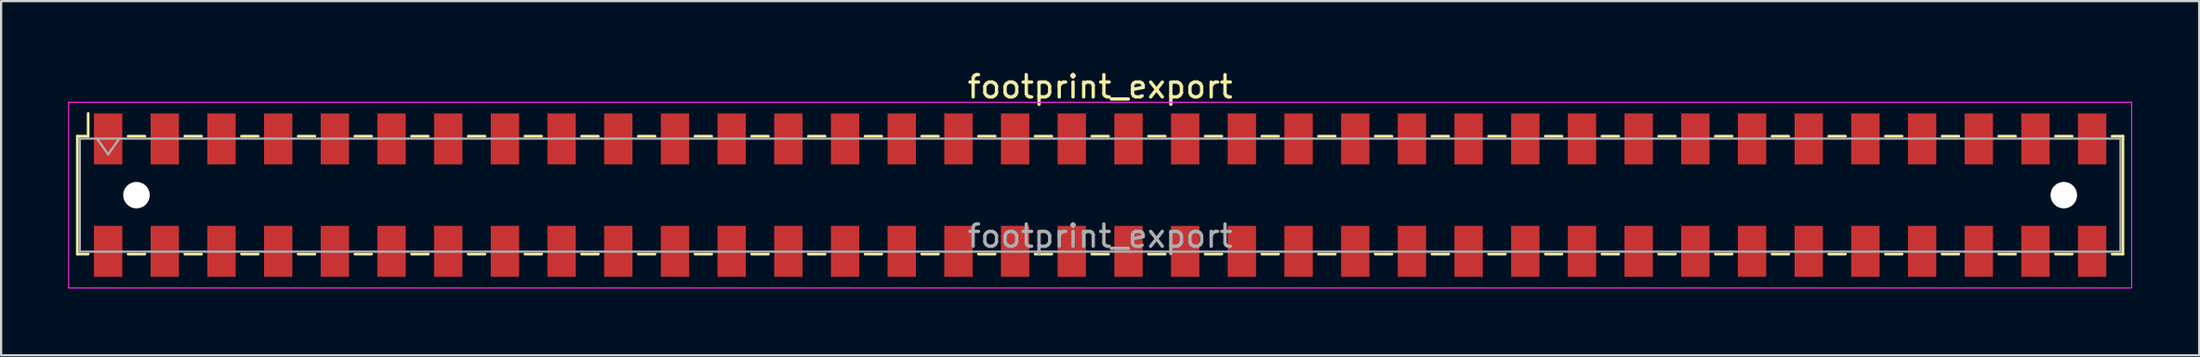
<source format=kicad_pcb>
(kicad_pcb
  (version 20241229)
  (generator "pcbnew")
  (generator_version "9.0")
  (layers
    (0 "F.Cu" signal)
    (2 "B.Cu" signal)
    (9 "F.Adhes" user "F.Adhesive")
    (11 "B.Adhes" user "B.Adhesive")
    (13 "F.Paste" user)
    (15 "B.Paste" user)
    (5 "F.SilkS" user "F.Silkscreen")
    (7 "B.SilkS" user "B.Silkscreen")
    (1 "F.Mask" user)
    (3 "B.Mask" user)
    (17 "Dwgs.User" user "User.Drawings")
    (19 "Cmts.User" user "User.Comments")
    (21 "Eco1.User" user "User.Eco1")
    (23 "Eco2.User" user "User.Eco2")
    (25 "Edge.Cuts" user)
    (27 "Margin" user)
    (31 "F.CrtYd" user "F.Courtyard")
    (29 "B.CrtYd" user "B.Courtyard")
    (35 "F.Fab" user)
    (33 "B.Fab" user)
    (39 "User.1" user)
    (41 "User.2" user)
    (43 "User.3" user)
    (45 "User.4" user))
  (footprint "footprint_export"
    (layer "F.Cu")
    (at 46.245 5.718)
    (property "Reference" "footprint_export" (at 0 -4.87 0) (layer "F.SilkS") (effects (font (size 1 1) (thickness 0.15))))
    (attr smd)
    (fp_line (start -45.83 -2.65) (end -45.83 2.65) (stroke (width 0.12) (type solid)) (layer "F.SilkS"))
    (fp_line (start -45.83 2.65) (end -45.345 2.65) (stroke (width 0.12) (type solid)) (layer "F.SilkS"))
    (fp_line (start -45.345 -3.67) (end -45.345 -2.65) (stroke (width 0.12) (type solid)) (layer "F.SilkS"))
    (fp_line (start -45.345 -2.65) (end -45.83 -2.65) (stroke (width 0.12) (type solid)) (layer "F.SilkS"))
    (fp_line (start -43.555 -2.65) (end -42.805 -2.65) (stroke (width 0.12) (type solid)) (layer "F.SilkS"))
    (fp_line (start -43.555 2.65) (end -42.805 2.65) (stroke (width 0.12) (type solid)) (layer "F.SilkS"))
    (fp_line (start -41.015 -2.65) (end -40.265 -2.65) (stroke (width 0.12) (type solid)) (layer "F.SilkS"))
    (fp_line (start -41.015 2.65) (end -40.265 2.65) (stroke (width 0.12) (type solid)) (layer "F.SilkS"))
    (fp_line (start -38.475 -2.65) (end -37.725 -2.65) (stroke (width 0.12) (type solid)) (layer "F.SilkS"))
    (fp_line (start -38.475 2.65) (end -37.725 2.65) (stroke (width 0.12) (type solid)) (layer "F.SilkS"))
    (fp_line (start -35.935 -2.65) (end -35.185 -2.65) (stroke (width 0.12) (type solid)) (layer "F.SilkS"))
    (fp_line (start -35.935 2.65) (end -35.185 2.65) (stroke (width 0.12) (type solid)) (layer "F.SilkS"))
    (fp_line (start -33.395 -2.65) (end -32.645 -2.65) (stroke (width 0.12) (type solid)) (layer "F.SilkS"))
    (fp_line (start -33.395 2.65) (end -32.645 2.65) (stroke (width 0.12) (type solid)) (layer "F.SilkS"))
    (fp_line (start -30.855 -2.65) (end -30.105 -2.65) (stroke (width 0.12) (type solid)) (layer "F.SilkS"))
    (fp_line (start -30.855 2.65) (end -30.105 2.65) (stroke (width 0.12) (type solid)) (layer "F.SilkS"))
    (fp_line (start -28.315 -2.65) (end -27.565 -2.65) (stroke (width 0.12) (type solid)) (layer "F.SilkS"))
    (fp_line (start -28.315 2.65) (end -27.565 2.65) (stroke (width 0.12) (type solid)) (layer "F.SilkS"))
    (fp_line (start -25.775 -2.65) (end -25.025 -2.65) (stroke (width 0.12) (type solid)) (layer "F.SilkS"))
    (fp_line (start -25.775 2.65) (end -25.025 2.65) (stroke (width 0.12) (type solid)) (layer "F.SilkS"))
    (fp_line (start -23.235 -2.65) (end -22.485 -2.65) (stroke (width 0.12) (type solid)) (layer "F.SilkS"))
    (fp_line (start -23.235 2.65) (end -22.485 2.65) (stroke (width 0.12) (type solid)) (layer "F.SilkS"))
    (fp_line (start -20.695 -2.65) (end -19.945 -2.65) (stroke (width 0.12) (type solid)) (layer "F.SilkS"))
    (fp_line (start -20.695 2.65) (end -19.945 2.65) (stroke (width 0.12) (type solid)) (layer "F.SilkS"))
    (fp_line (start -18.155 -2.65) (end -17.405 -2.65) (stroke (width 0.12) (type solid)) (layer "F.SilkS"))
    (fp_line (start -18.155 2.65) (end -17.405 2.65) (stroke (width 0.12) (type solid)) (layer "F.SilkS"))
    (fp_line (start -15.615 -2.65) (end -14.865 -2.65) (stroke (width 0.12) (type solid)) (layer "F.SilkS"))
    (fp_line (start -15.615 2.65) (end -14.865 2.65) (stroke (width 0.12) (type solid)) (layer "F.SilkS"))
    (fp_line (start -13.075 -2.65) (end -12.325 -2.65) (stroke (width 0.12) (type solid)) (layer "F.SilkS"))
    (fp_line (start -13.075 2.65) (end -12.325 2.65) (stroke (width 0.12) (type solid)) (layer "F.SilkS"))
    (fp_line (start -10.535 -2.65) (end -9.785 -2.65) (stroke (width 0.12) (type solid)) (layer "F.SilkS"))
    (fp_line (start -10.535 2.65) (end -9.785 2.65) (stroke (width 0.12) (type solid)) (layer "F.SilkS"))
    (fp_line (start -7.995 -2.65) (end -7.245 -2.65) (stroke (width 0.12) (type solid)) (layer "F.SilkS"))
    (fp_line (start -7.995 2.65) (end -7.245 2.65) (stroke (width 0.12) (type solid)) (layer "F.SilkS"))
    (fp_line (start -5.455 -2.65) (end -4.705 -2.65) (stroke (width 0.12) (type solid)) (layer "F.SilkS"))
    (fp_line (start -5.455 2.65) (end -4.705 2.65) (stroke (width 0.12) (type solid)) (layer "F.SilkS"))
    (fp_line (start -2.915 -2.65) (end -2.165 -2.65) (stroke (width 0.12) (type solid)) (layer "F.SilkS"))
    (fp_line (start -2.915 2.65) (end -2.165 2.65) (stroke (width 0.12) (type solid)) (layer "F.SilkS"))
    (fp_line (start -0.375 -2.65) (end 0.375 -2.65) (stroke (width 0.12) (type solid)) (layer "F.SilkS"))
    (fp_line (start -0.375 2.65) (end 0.375 2.65) (stroke (width 0.12) (type solid)) (layer "F.SilkS"))
    (fp_line (start 2.165 -2.65) (end 2.915 -2.65) (stroke (width 0.12) (type solid)) (layer "F.SilkS"))
    (fp_line (start 2.165 2.65) (end 2.915 2.65) (stroke (width 0.12) (type solid)) (layer "F.SilkS"))
    (fp_line (start 4.705 -2.65) (end 5.455 -2.65) (stroke (width 0.12) (type solid)) (layer "F.SilkS"))
    (fp_line (start 4.705 2.65) (end 5.455 2.65) (stroke (width 0.12) (type solid)) (layer "F.SilkS"))
    (fp_line (start 7.245 -2.65) (end 7.995 -2.65) (stroke (width 0.12) (type solid)) (layer "F.SilkS"))
    (fp_line (start 7.245 2.65) (end 7.995 2.65) (stroke (width 0.12) (type solid)) (layer "F.SilkS"))
    (fp_line (start 9.785 -2.65) (end 10.535 -2.65) (stroke (width 0.12) (type solid)) (layer "F.SilkS"))
    (fp_line (start 9.785 2.65) (end 10.535 2.65) (stroke (width 0.12) (type solid)) (layer "F.SilkS"))
    (fp_line (start 12.325 -2.65) (end 13.075 -2.65) (stroke (width 0.12) (type solid)) (layer "F.SilkS"))
    (fp_line (start 12.325 2.65) (end 13.075 2.65) (stroke (width 0.12) (type solid)) (layer "F.SilkS"))
    (fp_line (start 14.865 -2.65) (end 15.615 -2.65) (stroke (width 0.12) (type solid)) (layer "F.SilkS"))
    (fp_line (start 14.865 2.65) (end 15.615 2.65) (stroke (width 0.12) (type solid)) (layer "F.SilkS"))
    (fp_line (start 17.405 -2.65) (end 18.155 -2.65) (stroke (width 0.12) (type solid)) (layer "F.SilkS"))
    (fp_line (start 17.405 2.65) (end 18.155 2.65) (stroke (width 0.12) (type solid)) (layer "F.SilkS"))
    (fp_line (start 19.945 -2.65) (end 20.695 -2.65) (stroke (width 0.12) (type solid)) (layer "F.SilkS"))
    (fp_line (start 19.945 2.65) (end 20.695 2.65) (stroke (width 0.12) (type solid)) (layer "F.SilkS"))
    (fp_line (start 22.485 -2.65) (end 23.235 -2.65) (stroke (width 0.12) (type solid)) (layer "F.SilkS"))
    (fp_line (start 22.485 2.65) (end 23.235 2.65) (stroke (width 0.12) (type solid)) (layer "F.SilkS"))
    (fp_line (start 25.025 -2.65) (end 25.775 -2.65) (stroke (width 0.12) (type solid)) (layer "F.SilkS"))
    (fp_line (start 25.025 2.65) (end 25.775 2.65) (stroke (width 0.12) (type solid)) (layer "F.SilkS"))
    (fp_line (start 27.565 -2.65) (end 28.315 -2.65) (stroke (width 0.12) (type solid)) (layer "F.SilkS"))
    (fp_line (start 27.565 2.65) (end 28.315 2.65) (stroke (width 0.12) (type solid)) (layer "F.SilkS"))
    (fp_line (start 30.105 -2.65) (end 30.855 -2.65) (stroke (width 0.12) (type solid)) (layer "F.SilkS"))
    (fp_line (start 30.105 2.65) (end 30.855 2.65) (stroke (width 0.12) (type solid)) (layer "F.SilkS"))
    (fp_line (start 32.645 -2.65) (end 33.395 -2.65) (stroke (width 0.12) (type solid)) (layer "F.SilkS"))
    (fp_line (start 32.645 2.65) (end 33.395 2.65) (stroke (width 0.12) (type solid)) (layer "F.SilkS"))
    (fp_line (start 35.185 -2.65) (end 35.935 -2.65) (stroke (width 0.12) (type solid)) (layer "F.SilkS"))
    (fp_line (start 35.185 2.65) (end 35.935 2.65) (stroke (width 0.12) (type solid)) (layer "F.SilkS"))
    (fp_line (start 37.725 -2.65) (end 38.475 -2.65) (stroke (width 0.12) (type solid)) (layer "F.SilkS"))
    (fp_line (start 37.725 2.65) (end 38.475 2.65) (stroke (width 0.12) (type solid)) (layer "F.SilkS"))
    (fp_line (start 40.265 -2.65) (end 41.015 -2.65) (stroke (width 0.12) (type solid)) (layer "F.SilkS"))
    (fp_line (start 40.265 2.65) (end 41.015 2.65) (stroke (width 0.12) (type solid)) (layer "F.SilkS"))
    (fp_line (start 42.805 -2.65) (end 43.555 -2.65) (stroke (width 0.12) (type solid)) (layer "F.SilkS"))
    (fp_line (start 42.805 2.65) (end 43.555 2.65) (stroke (width 0.12) (type solid)) (layer "F.SilkS"))
    (fp_line (start 45.345 -2.65) (end 45.83 -2.65) (stroke (width 0.12) (type solid)) (layer "F.SilkS"))
    (fp_line (start 45.83 -2.65) (end 45.83 2.65) (stroke (width 0.12) (type solid)) (layer "F.SilkS"))
    (fp_line (start 45.83 2.65) (end 45.345 2.65) (stroke (width 0.12) (type solid)) (layer "F.SilkS"))
    (fp_line (start -46.22 -4.17) (end 46.22 -4.17) (stroke (width 0.05) (type solid)) (layer "F.CrtYd"))
    (fp_line (start -46.22 4.17) (end -46.22 -4.17) (stroke (width 0.05) (type solid)) (layer "F.CrtYd"))
    (fp_line (start 46.22 -4.17) (end 46.22 4.17) (stroke (width 0.05) (type solid)) (layer "F.CrtYd"))
    (fp_line (start 46.22 4.17) (end -46.22 4.17) (stroke (width 0.05) (type solid)) (layer "F.CrtYd"))
    (fp_line (start -45.72 -2.54) (end 45.72 -2.54) (stroke (width 0.1) (type solid)) (layer "F.Fab"))
    (fp_line (start -45.72 2.54) (end -45.72 -2.54) (stroke (width 0.1) (type solid)) (layer "F.Fab"))
    (fp_line (start -44.95 -2.54) (end -44.45 -1.833) (stroke (width 0.1) (type solid)) (layer "F.Fab"))
    (fp_line (start -44.45 -1.833) (end -43.95 -2.54) (stroke (width 0.1) (type solid)) (layer "F.Fab"))
    (fp_line (start 45.72 -2.54) (end 45.72 2.54) (stroke (width 0.1) (type solid)) (layer "F.Fab"))
    (fp_line (start 45.72 2.54) (end -45.72 2.54) (stroke (width 0.1) (type solid)) (layer "F.Fab"))
    (fp_text user "${REFERENCE}" (at 0 1.84 0) (layer "F.Fab") (effects (font (size 1 1) (thickness 0.15))))
    (pad "" np_thru_hole circle (at -43.18 0) (size 1.19 1.19) (drill 1.19) (layers "*.Cu" "*.Mask"))
    (pad "" np_thru_hole circle (at 43.18 0) (size 1.19 1.19) (drill 1.19) (layers "*.Cu" "*.Mask"))
    (pad "1" smd rect (at -44.45 -2.525) (size 1.27 2.29) (layers "F.Cu" "F.Mask" "F.Paste"))
    (pad "2" smd rect (at -44.45 2.525) (size 1.27 2.29) (layers "F.Cu" "F.Mask" "F.Paste"))
    (pad "3" smd rect (at -41.91 -2.525) (size 1.27 2.29) (layers "F.Cu" "F.Mask" "F.Paste"))
    (pad "4" smd rect (at -41.91 2.525) (size 1.27 2.29) (layers "F.Cu" "F.Mask" "F.Paste"))
    (pad "5" smd rect (at -39.37 -2.525) (size 1.27 2.29) (layers "F.Cu" "F.Mask" "F.Paste"))
    (pad "6" smd rect (at -39.37 2.525) (size 1.27 2.29) (layers "F.Cu" "F.Mask" "F.Paste"))
    (pad "7" smd rect (at -36.83 -2.525) (size 1.27 2.29) (layers "F.Cu" "F.Mask" "F.Paste"))
    (pad "8" smd rect (at -36.83 2.525) (size 1.27 2.29) (layers "F.Cu" "F.Mask" "F.Paste"))
    (pad "9" smd rect (at -34.29 -2.525) (size 1.27 2.29) (layers "F.Cu" "F.Mask" "F.Paste"))
    (pad "10" smd rect (at -34.29 2.525) (size 1.27 2.29) (layers "F.Cu" "F.Mask" "F.Paste"))
    (pad "11" smd rect (at -31.75 -2.525) (size 1.27 2.29) (layers "F.Cu" "F.Mask" "F.Paste"))
    (pad "12" smd rect (at -31.75 2.525) (size 1.27 2.29) (layers "F.Cu" "F.Mask" "F.Paste"))
    (pad "13" smd rect (at -29.21 -2.525) (size 1.27 2.29) (layers "F.Cu" "F.Mask" "F.Paste"))
    (pad "14" smd rect (at -29.21 2.525) (size 1.27 2.29) (layers "F.Cu" "F.Mask" "F.Paste"))
    (pad "15" smd rect (at -26.67 -2.525) (size 1.27 2.29) (layers "F.Cu" "F.Mask" "F.Paste"))
    (pad "16" smd rect (at -26.67 2.525) (size 1.27 2.29) (layers "F.Cu" "F.Mask" "F.Paste"))
    (pad "17" smd rect (at -24.13 -2.525) (size 1.27 2.29) (layers "F.Cu" "F.Mask" "F.Paste"))
    (pad "18" smd rect (at -24.13 2.525) (size 1.27 2.29) (layers "F.Cu" "F.Mask" "F.Paste"))
    (pad "19" smd rect (at -21.59 -2.525) (size 1.27 2.29) (layers "F.Cu" "F.Mask" "F.Paste"))
    (pad "20" smd rect (at -21.59 2.525) (size 1.27 2.29) (layers "F.Cu" "F.Mask" "F.Paste"))
    (pad "21" smd rect (at -19.05 -2.525) (size 1.27 2.29) (layers "F.Cu" "F.Mask" "F.Paste"))
    (pad "22" smd rect (at -19.05 2.525) (size 1.27 2.29) (layers "F.Cu" "F.Mask" "F.Paste"))
    (pad "23" smd rect (at -16.51 -2.525) (size 1.27 2.29) (layers "F.Cu" "F.Mask" "F.Paste"))
    (pad "24" smd rect (at -16.51 2.525) (size 1.27 2.29) (layers "F.Cu" "F.Mask" "F.Paste"))
    (pad "25" smd rect (at -13.97 -2.525) (size 1.27 2.29) (layers "F.Cu" "F.Mask" "F.Paste"))
    (pad "26" smd rect (at -13.97 2.525) (size 1.27 2.29) (layers "F.Cu" "F.Mask" "F.Paste"))
    (pad "27" smd rect (at -11.43 -2.525) (size 1.27 2.29) (layers "F.Cu" "F.Mask" "F.Paste"))
    (pad "28" smd rect (at -11.43 2.525) (size 1.27 2.29) (layers "F.Cu" "F.Mask" "F.Paste"))
    (pad "29" smd rect (at -8.89 -2.525) (size 1.27 2.29) (layers "F.Cu" "F.Mask" "F.Paste"))
    (pad "30" smd rect (at -8.89 2.525) (size 1.27 2.29) (layers "F.Cu" "F.Mask" "F.Paste"))
    (pad "31" smd rect (at -6.35 -2.525) (size 1.27 2.29) (layers "F.Cu" "F.Mask" "F.Paste"))
    (pad "32" smd rect (at -6.35 2.525) (size 1.27 2.29) (layers "F.Cu" "F.Mask" "F.Paste"))
    (pad "33" smd rect (at -3.81 -2.525) (size 1.27 2.29) (layers "F.Cu" "F.Mask" "F.Paste"))
    (pad "34" smd rect (at -3.81 2.525) (size 1.27 2.29) (layers "F.Cu" "F.Mask" "F.Paste"))
    (pad "35" smd rect (at -1.27 -2.525) (size 1.27 2.29) (layers "F.Cu" "F.Mask" "F.Paste"))
    (pad "36" smd rect (at -1.27 2.525) (size 1.27 2.29) (layers "F.Cu" "F.Mask" "F.Paste"))
    (pad "37" smd rect (at 1.27 -2.525) (size 1.27 2.29) (layers "F.Cu" "F.Mask" "F.Paste"))
    (pad "38" smd rect (at 1.27 2.525) (size 1.27 2.29) (layers "F.Cu" "F.Mask" "F.Paste"))
    (pad "39" smd rect (at 3.81 -2.525) (size 1.27 2.29) (layers "F.Cu" "F.Mask" "F.Paste"))
    (pad "40" smd rect (at 3.81 2.525) (size 1.27 2.29) (layers "F.Cu" "F.Mask" "F.Paste"))
    (pad "41" smd rect (at 6.35 -2.525) (size 1.27 2.29) (layers "F.Cu" "F.Mask" "F.Paste"))
    (pad "42" smd rect (at 6.35 2.525) (size 1.27 2.29) (layers "F.Cu" "F.Mask" "F.Paste"))
    (pad "43" smd rect (at 8.89 -2.525) (size 1.27 2.29) (layers "F.Cu" "F.Mask" "F.Paste"))
    (pad "44" smd rect (at 8.89 2.525) (size 1.27 2.29) (layers "F.Cu" "F.Mask" "F.Paste"))
    (pad "45" smd rect (at 11.43 -2.525) (size 1.27 2.29) (layers "F.Cu" "F.Mask" "F.Paste"))
    (pad "46" smd rect (at 11.43 2.525) (size 1.27 2.29) (layers "F.Cu" "F.Mask" "F.Paste"))
    (pad "47" smd rect (at 13.97 -2.525) (size 1.27 2.29) (layers "F.Cu" "F.Mask" "F.Paste"))
    (pad "48" smd rect (at 13.97 2.525) (size 1.27 2.29) (layers "F.Cu" "F.Mask" "F.Paste"))
    (pad "49" smd rect (at 16.51 -2.525) (size 1.27 2.29) (layers "F.Cu" "F.Mask" "F.Paste"))
    (pad "50" smd rect (at 16.51 2.525) (size 1.27 2.29) (layers "F.Cu" "F.Mask" "F.Paste"))
    (pad "51" smd rect (at 19.05 -2.525) (size 1.27 2.29) (layers "F.Cu" "F.Mask" "F.Paste"))
    (pad "52" smd rect (at 19.05 2.525) (size 1.27 2.29) (layers "F.Cu" "F.Mask" "F.Paste"))
    (pad "53" smd rect (at 21.59 -2.525) (size 1.27 2.29) (layers "F.Cu" "F.Mask" "F.Paste"))
    (pad "54" smd rect (at 21.59 2.525) (size 1.27 2.29) (layers "F.Cu" "F.Mask" "F.Paste"))
    (pad "55" smd rect (at 24.13 -2.525) (size 1.27 2.29) (layers "F.Cu" "F.Mask" "F.Paste"))
    (pad "56" smd rect (at 24.13 2.525) (size 1.27 2.29) (layers "F.Cu" "F.Mask" "F.Paste"))
    (pad "57" smd rect (at 26.67 -2.525) (size 1.27 2.29) (layers "F.Cu" "F.Mask" "F.Paste"))
    (pad "58" smd rect (at 26.67 2.525) (size 1.27 2.29) (layers "F.Cu" "F.Mask" "F.Paste"))
    (pad "59" smd rect (at 29.21 -2.525) (size 1.27 2.29) (layers "F.Cu" "F.Mask" "F.Paste"))
    (pad "60" smd rect (at 29.21 2.525) (size 1.27 2.29) (layers "F.Cu" "F.Mask" "F.Paste"))
    (pad "61" smd rect (at 31.75 -2.525) (size 1.27 2.29) (layers "F.Cu" "F.Mask" "F.Paste"))
    (pad "62" smd rect (at 31.75 2.525) (size 1.27 2.29) (layers "F.Cu" "F.Mask" "F.Paste"))
    (pad "63" smd rect (at 34.29 -2.525) (size 1.27 2.29) (layers "F.Cu" "F.Mask" "F.Paste"))
    (pad "64" smd rect (at 34.29 2.525) (size 1.27 2.29) (layers "F.Cu" "F.Mask" "F.Paste"))
    (pad "65" smd rect (at 36.83 -2.525) (size 1.27 2.29) (layers "F.Cu" "F.Mask" "F.Paste"))
    (pad "66" smd rect (at 36.83 2.525) (size 1.27 2.29) (layers "F.Cu" "F.Mask" "F.Paste"))
    (pad "67" smd rect (at 39.37 -2.525) (size 1.27 2.29) (layers "F.Cu" "F.Mask" "F.Paste"))
    (pad "68" smd rect (at 39.37 2.525) (size 1.27 2.29) (layers "F.Cu" "F.Mask" "F.Paste"))
    (pad "69" smd rect (at 41.91 -2.525) (size 1.27 2.29) (layers "F.Cu" "F.Mask" "F.Paste"))
    (pad "70" smd rect (at 41.91 2.525) (size 1.27 2.29) (layers "F.Cu" "F.Mask" "F.Paste"))
    (pad "71" smd rect (at 44.45 -2.525) (size 1.27 2.29) (layers "F.Cu" "F.Mask" "F.Paste"))
    (pad "72" smd rect (at 44.45 2.525) (size 1.27 2.29) (layers "F.Cu" "F.Mask" "F.Paste")))
  (gr_rect
    (start -3 -3)
    (end 95.49 12.913)
    (stroke (width 0.1) (type default))
    (fill no)
    (layer "Edge.Cuts")))
</source>
